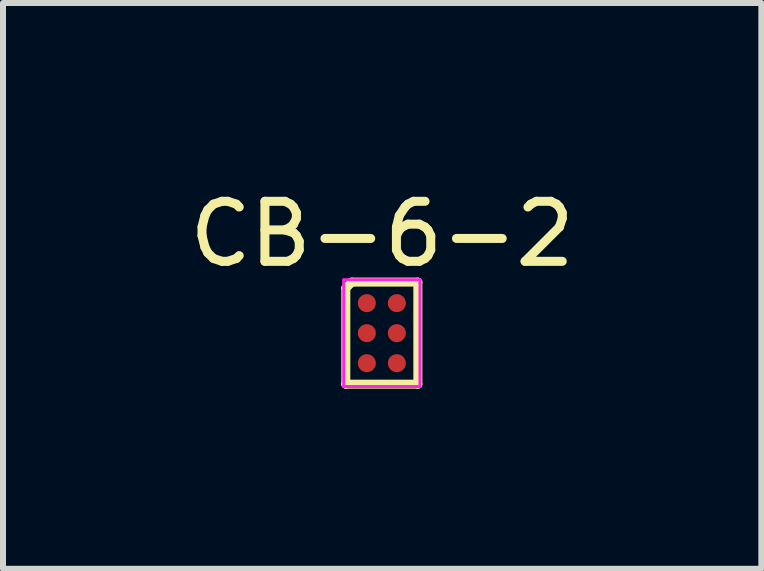
<source format=kicad_pcb>
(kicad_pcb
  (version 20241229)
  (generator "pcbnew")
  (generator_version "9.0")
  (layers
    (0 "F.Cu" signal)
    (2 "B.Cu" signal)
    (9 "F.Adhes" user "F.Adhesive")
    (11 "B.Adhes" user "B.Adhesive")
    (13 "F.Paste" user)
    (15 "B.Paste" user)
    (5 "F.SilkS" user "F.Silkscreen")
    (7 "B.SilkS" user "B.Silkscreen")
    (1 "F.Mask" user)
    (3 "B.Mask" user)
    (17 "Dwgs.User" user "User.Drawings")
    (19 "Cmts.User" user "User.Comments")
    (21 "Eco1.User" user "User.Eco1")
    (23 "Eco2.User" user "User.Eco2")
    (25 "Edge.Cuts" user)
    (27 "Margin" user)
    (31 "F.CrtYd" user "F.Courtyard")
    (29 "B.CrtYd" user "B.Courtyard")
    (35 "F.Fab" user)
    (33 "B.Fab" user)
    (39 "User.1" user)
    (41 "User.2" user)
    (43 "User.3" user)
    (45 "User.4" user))
  (footprint "CB-6-2"
    (layer "F.Cu")
    (at 3.31 2.499)
    (property "Reference" "CB-6-2" (at 0.005 -1.651 0) (layer "F.SilkS") (effects (font (size 1 1) (thickness 0.15))))
    (attr through_hole)
    (fp_line (start -0.6 -0.75) (end -0.6 0.85) (stroke (width 0.15) (type solid)) (layer "F.SilkS"))
    (fp_line (start -0.6 0.85) (end 0.6 0.85) (stroke (width 0.15) (type solid)) (layer "F.SilkS"))
    (fp_line (start -0.5 -0.85) (end -0.6 -0.75) (stroke (width 0.15) (type solid)) (layer "F.SilkS"))
    (fp_line (start 0.6 -0.85) (end -0.5 -0.85) (stroke (width 0.15) (type solid)) (layer "F.SilkS"))
    (fp_line (start 0.6 0.85) (end 0.6 -0.85) (stroke (width 0.15) (type solid)) (layer "F.SilkS"))
    (fp_line (start -0.635 -0.889) (end -0.635 0.889) (stroke (width 0.05) (type solid)) (layer "F.CrtYd"))
    (fp_line (start -0.635 0.889) (end 0.635 0.889) (stroke (width 0.05) (type solid)) (layer "F.CrtYd"))
    (fp_line (start 0.635 -0.889) (end -0.635 -0.889) (stroke (width 0.05) (type solid)) (layer "F.CrtYd"))
    (fp_line (start 0.635 0.889) (end 0.635 -0.889) (stroke (width 0.05) (type solid)) (layer "F.CrtYd"))
    (pad "A1" smd circle (at -0.25 -0.5) (size 0.3 0.3) (layers "F.Cu" "F.Mask" "F.Paste"))
    (pad "A2" smd circle (at 0.25 -0.5) (size 0.3 0.3) (layers "F.Cu" "F.Mask" "F.Paste"))
    (pad "B1" smd circle (at -0.25 0) (size 0.3 0.3) (layers "F.Cu" "F.Mask" "F.Paste"))
    (pad "B2" smd circle (at 0.25 0) (size 0.3 0.3) (layers "F.Cu" "F.Mask" "F.Paste"))
    (pad "C1" smd circle (at -0.25 0.5) (size 0.3 0.3) (layers "F.Cu" "F.Mask" "F.Paste"))
    (pad "C2" smd circle (at 0.25 0.5) (size 0.3 0.3) (layers "F.Cu" "F.Mask" "F.Paste")))
  (gr_rect
    (start -3 -3)
    (end 9.631 6.424)
    (stroke (width 0.1) (type default))
    (fill no)
    (layer "Edge.Cuts")))
</source>
